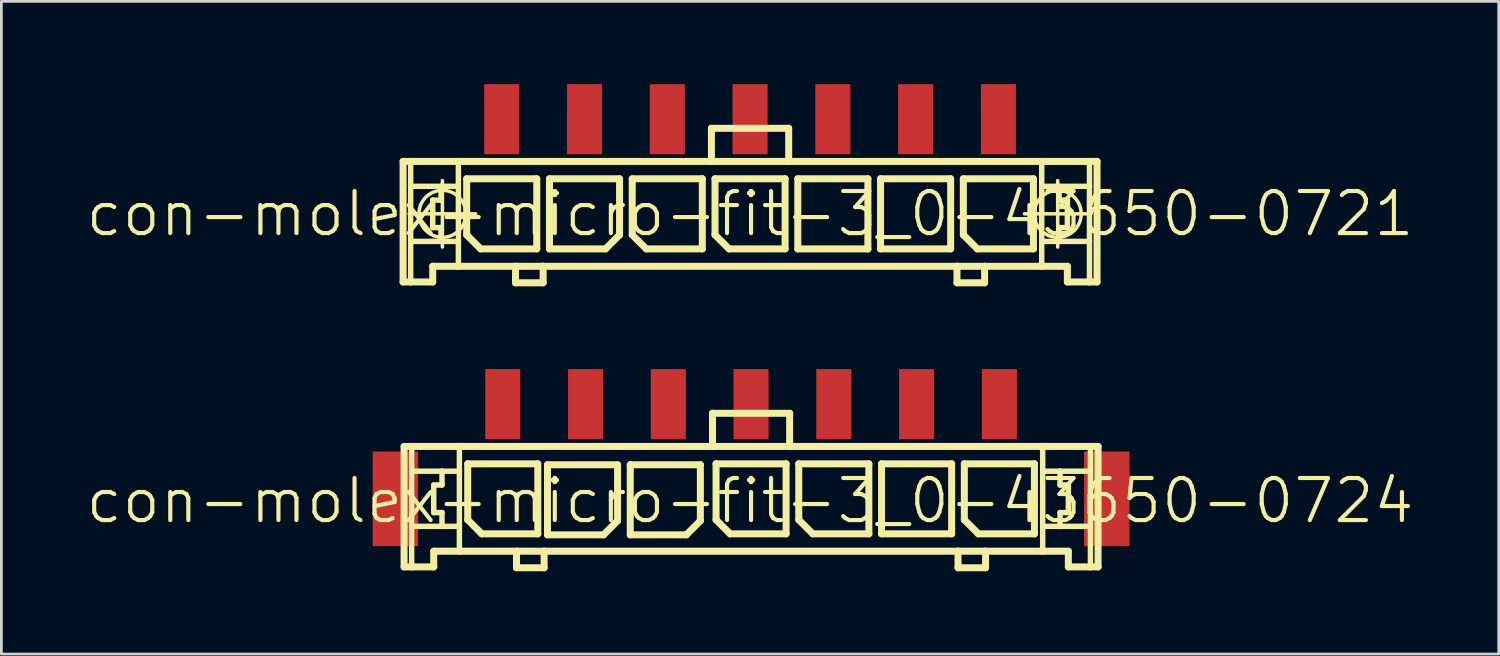
<source format=kicad_pcb>
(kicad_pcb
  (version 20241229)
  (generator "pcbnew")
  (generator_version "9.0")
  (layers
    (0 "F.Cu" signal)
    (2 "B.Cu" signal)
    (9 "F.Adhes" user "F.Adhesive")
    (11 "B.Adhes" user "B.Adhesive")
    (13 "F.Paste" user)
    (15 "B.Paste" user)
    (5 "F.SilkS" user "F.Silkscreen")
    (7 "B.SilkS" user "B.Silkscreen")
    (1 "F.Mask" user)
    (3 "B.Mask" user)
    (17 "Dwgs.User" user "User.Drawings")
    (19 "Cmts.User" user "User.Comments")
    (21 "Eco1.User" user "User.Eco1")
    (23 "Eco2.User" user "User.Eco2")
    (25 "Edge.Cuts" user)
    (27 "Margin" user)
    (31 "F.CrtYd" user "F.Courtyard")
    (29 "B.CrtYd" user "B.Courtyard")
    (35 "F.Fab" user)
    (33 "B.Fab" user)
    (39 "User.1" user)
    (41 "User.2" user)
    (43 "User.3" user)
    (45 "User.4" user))
  (footprint "con-molex-micro-fit-3_0-43650-0724"
    (layer "F.Cu")
    (at 24.13 15.098)
    (property "Reference" "con-molex-micro-fit-3_0-43650-0724" (at 0 0 0) (layer "F.SilkS") (effects (font (size 1.524 1.524) (thickness 0.15))))
    (attr smd)
    (fp_line (start -12.537 -1.971) (end -12.263 -1.971) (stroke (width 0.254) (type solid)) (layer "F.SilkS"))
    (fp_line (start -12.537 2.395) (end -12.537 -1.971) (stroke (width 0.254) (type solid)) (layer "F.SilkS"))
    (fp_line (start -12.263 -1.971) (end -10.533 -1.971) (stroke (width 0.254) (type solid)) (layer "F.SilkS"))
    (fp_line (start -12.263 -1.072) (end -12.263 -1.971) (stroke (width 0.198) (type solid)) (layer "F.SilkS"))
    (fp_line (start -12.263 0.925) (end -12.263 -1.072) (stroke (width 0.198) (type solid)) (layer "F.SilkS"))
    (fp_line (start -12.263 2.395) (end -12.537 2.395) (stroke (width 0.254) (type solid)) (layer "F.SilkS"))
    (fp_line (start -12.263 2.395) (end -12.263 0.925) (stroke (width 0.198) (type solid)) (layer "F.SilkS"))
    (fp_line (start -11.463 -0.572) (end -11.463 0.427) (stroke (width 0.198) (type solid)) (layer "F.SilkS"))
    (fp_line (start -11.463 0.427) (end -11.163 0.427) (stroke (width 0.198) (type solid)) (layer "F.SilkS"))
    (fp_line (start -11.463 1.826) (end -11.463 2.395) (stroke (width 0.254) (type solid)) (layer "F.SilkS"))
    (fp_line (start -11.463 2.395) (end -12.263 2.395) (stroke (width 0.254) (type solid)) (layer "F.SilkS"))
    (fp_line (start -11.163 -1.072) (end -12.263 -1.072) (stroke (width 0.198) (type solid)) (layer "F.SilkS"))
    (fp_line (start -11.163 -1.072) (end -11.163 -0.572) (stroke (width 0.198) (type solid)) (layer "F.SilkS"))
    (fp_line (start -11.163 -0.572) (end -11.463 -0.572) (stroke (width 0.198) (type solid)) (layer "F.SilkS"))
    (fp_line (start -11.163 0.427) (end -11.163 0.925) (stroke (width 0.198) (type solid)) (layer "F.SilkS"))
    (fp_line (start -11.163 0.925) (end -12.263 0.925) (stroke (width 0.198) (type solid)) (layer "F.SilkS"))
    (fp_line (start -10.533 -1.971) (end -1.361 -1.971) (stroke (width 0.254) (type solid)) (layer "F.SilkS"))
    (fp_line (start -10.533 -1.072) (end -11.163 -1.072) (stroke (width 0.198) (type solid)) (layer "F.SilkS"))
    (fp_line (start -10.533 -1.072) (end -10.533 -1.971) (stroke (width 0.198) (type solid)) (layer "F.SilkS"))
    (fp_line (start -10.533 0.925) (end -11.163 0.925) (stroke (width 0.198) (type solid)) (layer "F.SilkS"))
    (fp_line (start -10.533 0.925) (end -10.533 -1.072) (stroke (width 0.198) (type solid)) (layer "F.SilkS"))
    (fp_line (start -10.533 1.826) (end -11.463 1.826) (stroke (width 0.254) (type solid)) (layer "F.SilkS"))
    (fp_line (start -10.533 1.826) (end -10.533 0.925) (stroke (width 0.198) (type solid)) (layer "F.SilkS"))
    (fp_line (start -10.231 -1.341) (end -7.691 -1.341) (stroke (width 0.254) (type solid)) (layer "F.SilkS"))
    (fp_line (start -10.231 0.688) (end -10.231 -1.341) (stroke (width 0.254) (type solid)) (layer "F.SilkS"))
    (fp_line (start -9.723 1.196) (end -10.231 0.688) (stroke (width 0.254) (type solid)) (layer "F.SilkS"))
    (fp_line (start -8.463 1.826) (end -10.533 1.826) (stroke (width 0.254) (type solid)) (layer "F.SilkS"))
    (fp_line (start -8.463 1.826) (end -8.463 2.426) (stroke (width 0.254) (type solid)) (layer "F.SilkS"))
    (fp_line (start -8.463 2.426) (end -7.463 2.426) (stroke (width 0.254) (type solid)) (layer "F.SilkS"))
    (fp_line (start -7.691 -1.341) (end -7.691 1.196) (stroke (width 0.254) (type solid)) (layer "F.SilkS"))
    (fp_line (start -7.691 1.196) (end -9.723 1.196) (stroke (width 0.254) (type solid)) (layer "F.SilkS"))
    (fp_line (start -7.463 1.826) (end -8.463 1.826) (stroke (width 0.254) (type solid)) (layer "F.SilkS"))
    (fp_line (start -7.463 2.426) (end -7.463 1.826) (stroke (width 0.254) (type solid)) (layer "F.SilkS"))
    (fp_line (start -7.341 -1.306) (end -4.801 -1.306) (stroke (width 0.254) (type solid)) (layer "F.SilkS"))
    (fp_line (start -7.341 1.232) (end -7.341 -1.306) (stroke (width 0.254) (type solid)) (layer "F.SilkS"))
    (fp_line (start -5.309 1.232) (end -7.341 1.232) (stroke (width 0.254) (type solid)) (layer "F.SilkS"))
    (fp_line (start -4.801 -1.306) (end -4.801 0.724) (stroke (width 0.254) (type solid)) (layer "F.SilkS"))
    (fp_line (start -4.801 0.724) (end -5.309 1.232) (stroke (width 0.254) (type solid)) (layer "F.SilkS"))
    (fp_line (start -4.341 -1.306) (end -1.801 -1.306) (stroke (width 0.254) (type solid)) (layer "F.SilkS"))
    (fp_line (start -4.341 1.232) (end -4.341 -1.306) (stroke (width 0.254) (type solid)) (layer "F.SilkS"))
    (fp_line (start -2.309 1.232) (end -4.341 1.232) (stroke (width 0.254) (type solid)) (layer "F.SilkS"))
    (fp_line (start -1.801 -1.306) (end -1.801 0.724) (stroke (width 0.254) (type solid)) (layer "F.SilkS"))
    (fp_line (start -1.801 0.724) (end -2.309 1.232) (stroke (width 0.254) (type solid)) (layer "F.SilkS"))
    (fp_line (start -1.361 -3.172) (end -1.361 -1.971) (stroke (width 0.254) (type solid)) (layer "F.SilkS"))
    (fp_line (start -1.361 -3.172) (end 1.435 -3.172) (stroke (width 0.254) (type solid)) (layer "F.SilkS"))
    (fp_line (start -1.361 -1.971) (end 1.435 -1.971) (stroke (width 0.254) (type solid)) (layer "F.SilkS"))
    (fp_line (start -1.232 -1.341) (end 1.306 -1.341) (stroke (width 0.254) (type solid)) (layer "F.SilkS"))
    (fp_line (start -1.232 0.688) (end -1.232 -1.341) (stroke (width 0.254) (type solid)) (layer "F.SilkS"))
    (fp_line (start -0.724 1.196) (end -1.232 0.688) (stroke (width 0.254) (type solid)) (layer "F.SilkS"))
    (fp_line (start 1.306 -1.341) (end 1.306 1.196) (stroke (width 0.254) (type solid)) (layer "F.SilkS"))
    (fp_line (start 1.306 1.196) (end -0.724 1.196) (stroke (width 0.254) (type solid)) (layer "F.SilkS"))
    (fp_line (start 1.435 -3.172) (end 1.435 -1.971) (stroke (width 0.254) (type solid)) (layer "F.SilkS"))
    (fp_line (start 1.435 -1.971) (end 10.604 -1.971) (stroke (width 0.254) (type solid)) (layer "F.SilkS"))
    (fp_line (start 1.765 -1.341) (end 4.305 -1.341) (stroke (width 0.254) (type solid)) (layer "F.SilkS"))
    (fp_line (start 1.765 0.688) (end 1.765 -1.341) (stroke (width 0.254) (type solid)) (layer "F.SilkS"))
    (fp_line (start 2.273 1.196) (end 1.765 0.688) (stroke (width 0.254) (type solid)) (layer "F.SilkS"))
    (fp_line (start 4.305 -1.341) (end 4.305 1.196) (stroke (width 0.254) (type solid)) (layer "F.SilkS"))
    (fp_line (start 4.305 1.196) (end 2.273 1.196) (stroke (width 0.254) (type solid)) (layer "F.SilkS"))
    (fp_line (start 4.765 -1.341) (end 7.305 -1.341) (stroke (width 0.254) (type solid)) (layer "F.SilkS"))
    (fp_line (start 4.765 1.196) (end 4.765 -1.341) (stroke (width 0.254) (type solid)) (layer "F.SilkS"))
    (fp_line (start 7.305 -1.341) (end 7.305 1.196) (stroke (width 0.254) (type solid)) (layer "F.SilkS"))
    (fp_line (start 7.305 1.196) (end 4.765 1.196) (stroke (width 0.254) (type solid)) (layer "F.SilkS"))
    (fp_line (start 7.536 1.826) (end -7.463 1.826) (stroke (width 0.254) (type solid)) (layer "F.SilkS"))
    (fp_line (start 7.536 1.826) (end 7.536 2.426) (stroke (width 0.254) (type solid)) (layer "F.SilkS"))
    (fp_line (start 7.536 2.426) (end 8.534 2.426) (stroke (width 0.254) (type solid)) (layer "F.SilkS"))
    (fp_line (start 7.765 -1.341) (end 10.305 -1.341) (stroke (width 0.254) (type solid)) (layer "F.SilkS"))
    (fp_line (start 7.765 0.688) (end 7.765 -1.341) (stroke (width 0.254) (type solid)) (layer "F.SilkS"))
    (fp_line (start 8.273 1.196) (end 7.765 0.688) (stroke (width 0.254) (type solid)) (layer "F.SilkS"))
    (fp_line (start 8.534 1.826) (end 7.536 1.826) (stroke (width 0.254) (type solid)) (layer "F.SilkS"))
    (fp_line (start 8.534 2.426) (end 8.534 1.826) (stroke (width 0.254) (type solid)) (layer "F.SilkS"))
    (fp_line (start 10.305 -1.341) (end 10.305 1.196) (stroke (width 0.254) (type solid)) (layer "F.SilkS"))
    (fp_line (start 10.305 1.196) (end 8.273 1.196) (stroke (width 0.254) (type solid)) (layer "F.SilkS"))
    (fp_line (start 10.604 -1.971) (end 10.604 -1.072) (stroke (width 0.198) (type solid)) (layer "F.SilkS"))
    (fp_line (start 10.604 -1.971) (end 12.334 -1.971) (stroke (width 0.254) (type solid)) (layer "F.SilkS"))
    (fp_line (start 10.604 -1.072) (end 10.604 0.925) (stroke (width 0.198) (type solid)) (layer "F.SilkS"))
    (fp_line (start 10.604 -1.072) (end 11.234 -1.072) (stroke (width 0.198) (type solid)) (layer "F.SilkS"))
    (fp_line (start 10.604 0.925) (end 10.604 1.826) (stroke (width 0.198) (type solid)) (layer "F.SilkS"))
    (fp_line (start 10.604 0.925) (end 11.234 0.925) (stroke (width 0.198) (type solid)) (layer "F.SilkS"))
    (fp_line (start 10.604 1.826) (end 8.534 1.826) (stroke (width 0.254) (type solid)) (layer "F.SilkS"))
    (fp_line (start 11.234 -1.072) (end 11.234 -0.572) (stroke (width 0.198) (type solid)) (layer "F.SilkS"))
    (fp_line (start 11.234 -1.072) (end 12.334 -1.072) (stroke (width 0.198) (type solid)) (layer "F.SilkS"))
    (fp_line (start 11.234 -0.572) (end 11.534 -0.572) (stroke (width 0.198) (type solid)) (layer "F.SilkS"))
    (fp_line (start 11.234 0.427) (end 11.234 0.925) (stroke (width 0.198) (type solid)) (layer "F.SilkS"))
    (fp_line (start 11.234 0.925) (end 12.334 0.925) (stroke (width 0.198) (type solid)) (layer "F.SilkS"))
    (fp_line (start 11.534 -0.572) (end 11.534 0.427) (stroke (width 0.198) (type solid)) (layer "F.SilkS"))
    (fp_line (start 11.534 0.427) (end 11.234 0.427) (stroke (width 0.198) (type solid)) (layer "F.SilkS"))
    (fp_line (start 11.534 1.826) (end 10.604 1.826) (stroke (width 0.254) (type solid)) (layer "F.SilkS"))
    (fp_line (start 11.534 2.395) (end 11.534 1.826) (stroke (width 0.254) (type solid)) (layer "F.SilkS"))
    (fp_line (start 11.534 2.395) (end 12.334 2.395) (stroke (width 0.254) (type solid)) (layer "F.SilkS"))
    (fp_line (start 12.334 -1.971) (end 12.611 -1.971) (stroke (width 0.254) (type solid)) (layer "F.SilkS"))
    (fp_line (start 12.334 -1.072) (end 12.334 -1.971) (stroke (width 0.198) (type solid)) (layer "F.SilkS"))
    (fp_line (start 12.334 0.925) (end 12.334 -1.072) (stroke (width 0.198) (type solid)) (layer "F.SilkS"))
    (fp_line (start 12.334 2.395) (end 12.334 0.925) (stroke (width 0.198) (type solid)) (layer "F.SilkS"))
    (fp_line (start 12.334 2.395) (end 12.611 2.395) (stroke (width 0.254) (type solid)) (layer "F.SilkS"))
    (fp_line (start 12.611 -1.971) (end 12.611 2.395) (stroke (width 0.254) (type solid)) (layer "F.SilkS"))
    (pad "P$1" smd rect (at 9.035 -3.503) (size 1.27 2.54) (layers "F.Cu" "F.Mask" "F.Paste"))
    (pad "P$2" smd rect (at 6.035 -3.503) (size 1.27 2.54) (layers "F.Cu" "F.Mask" "F.Paste"))
    (pad "P$3" smd rect (at 3.035 -3.503) (size 1.27 2.54) (layers "F.Cu" "F.Mask" "F.Paste"))
    (pad "P$4" smd rect (at 0.036 -3.503) (size 1.27 2.54) (layers "F.Cu" "F.Mask" "F.Paste"))
    (pad "P$5" smd rect (at -2.962 -3.503) (size 1.27 2.54) (layers "F.Cu" "F.Mask" "F.Paste"))
    (pad "P$6" smd rect (at -5.961 -3.503) (size 1.27 2.54) (layers "F.Cu" "F.Mask" "F.Paste"))
    (pad "P$7" smd rect (at -8.961 -3.503) (size 1.27 2.54) (layers "F.Cu" "F.Mask" "F.Paste"))
    (pad "TAB1" smd rect (at 12.926 -0.071) (size 1.648 3.429) (layers "F.Cu" "F.Mask" "F.Paste"))
    (pad "TAB2" smd rect (at -12.852 -0.071) (size 1.648 3.429) (layers "F.Cu" "F.Mask" "F.Paste")))
  (footprint "con-molex-micro-fit-3_0-43650-0721"
    (layer "F.Cu")
    (at 24.13 4.699)
    (property "Reference" "con-molex-micro-fit-3_0-43650-0721" (at 0 0 0) (layer "F.SilkS") (effects (font (size 1.524 1.524) (thickness 0.15))))
    (attr smd)
    (fp_line (start -12.573 -1.9) (end -12.299 -1.9) (stroke (width 0.254) (type solid)) (layer "F.SilkS"))
    (fp_line (start -12.573 2.469) (end -12.573 -1.9) (stroke (width 0.254) (type solid)) (layer "F.SilkS"))
    (fp_line (start -12.355 0) (end -9.944 0) (stroke (width 0.127) (type solid)) (layer "F.SilkS"))
    (fp_line (start -12.299 -1.9) (end -10.569 -1.9) (stroke (width 0.254) (type solid)) (layer "F.SilkS"))
    (fp_line (start -12.299 -0.998) (end -12.299 -1.9) (stroke (width 0.198) (type solid)) (layer "F.SilkS"))
    (fp_line (start -12.299 0.998) (end -12.299 -0.998) (stroke (width 0.198) (type solid)) (layer "F.SilkS"))
    (fp_line (start -12.299 2.469) (end -12.573 2.469) (stroke (width 0.254) (type solid)) (layer "F.SilkS"))
    (fp_line (start -12.299 2.469) (end -12.299 0.998) (stroke (width 0.198) (type solid)) (layer "F.SilkS"))
    (fp_line (start -11.499 -0.498) (end -11.499 0.498) (stroke (width 0.198) (type solid)) (layer "F.SilkS"))
    (fp_line (start -11.499 0.498) (end -11.199 0.498) (stroke (width 0.198) (type solid)) (layer "F.SilkS"))
    (fp_line (start -11.499 1.9) (end -11.499 2.469) (stroke (width 0.254) (type solid)) (layer "F.SilkS"))
    (fp_line (start -11.499 2.469) (end -12.299 2.469) (stroke (width 0.254) (type solid)) (layer "F.SilkS"))
    (fp_line (start -11.199 -0.998) (end -12.299 -0.998) (stroke (width 0.198) (type solid)) (layer "F.SilkS"))
    (fp_line (start -11.199 -0.998) (end -11.199 -0.498) (stroke (width 0.198) (type solid)) (layer "F.SilkS"))
    (fp_line (start -11.199 -0.498) (end -11.499 -0.498) (stroke (width 0.198) (type solid)) (layer "F.SilkS"))
    (fp_line (start -11.199 0.498) (end -11.199 0.998) (stroke (width 0.198) (type solid)) (layer "F.SilkS"))
    (fp_line (start -11.199 0.998) (end -12.299 0.998) (stroke (width 0.198) (type solid)) (layer "F.SilkS"))
    (fp_line (start -11.148 1.204) (end -11.148 -1.204) (stroke (width 0.127) (type solid)) (layer "F.SilkS"))
    (fp_line (start -10.569 -1.9) (end -1.4 -1.9) (stroke (width 0.254) (type solid)) (layer "F.SilkS"))
    (fp_line (start -10.569 -0.998) (end -11.199 -0.998) (stroke (width 0.198) (type solid)) (layer "F.SilkS"))
    (fp_line (start -10.569 -0.998) (end -10.569 -1.9) (stroke (width 0.198) (type solid)) (layer "F.SilkS"))
    (fp_line (start -10.569 0.998) (end -11.199 0.998) (stroke (width 0.198) (type solid)) (layer "F.SilkS"))
    (fp_line (start -10.569 0.998) (end -10.569 -0.998) (stroke (width 0.198) (type solid)) (layer "F.SilkS"))
    (fp_line (start -10.569 1.9) (end -11.499 1.9) (stroke (width 0.254) (type solid)) (layer "F.SilkS"))
    (fp_line (start -10.569 1.9) (end -10.569 0.998) (stroke (width 0.198) (type solid)) (layer "F.SilkS"))
    (fp_line (start -10.269 -1.27) (end -7.729 -1.27) (stroke (width 0.254) (type solid)) (layer "F.SilkS"))
    (fp_line (start -10.269 0.762) (end -10.269 -1.27) (stroke (width 0.254) (type solid)) (layer "F.SilkS"))
    (fp_line (start -9.761 1.27) (end -10.269 0.762) (stroke (width 0.254) (type solid)) (layer "F.SilkS"))
    (fp_line (start -8.499 1.9) (end -10.569 1.9) (stroke (width 0.254) (type solid)) (layer "F.SilkS"))
    (fp_line (start -8.499 1.9) (end -8.499 2.499) (stroke (width 0.254) (type solid)) (layer "F.SilkS"))
    (fp_line (start -8.499 2.499) (end -7.498 2.499) (stroke (width 0.254) (type solid)) (layer "F.SilkS"))
    (fp_line (start -7.729 -1.27) (end -7.729 1.27) (stroke (width 0.254) (type solid)) (layer "F.SilkS"))
    (fp_line (start -7.729 1.27) (end -9.761 1.27) (stroke (width 0.254) (type solid)) (layer "F.SilkS"))
    (fp_line (start -7.498 1.9) (end -8.499 1.9) (stroke (width 0.254) (type solid)) (layer "F.SilkS"))
    (fp_line (start -7.498 2.499) (end -7.498 1.9) (stroke (width 0.254) (type solid)) (layer "F.SilkS"))
    (fp_line (start -7.269 -1.27) (end -4.729 -1.27) (stroke (width 0.254) (type solid)) (layer "F.SilkS"))
    (fp_line (start -7.269 1.27) (end -7.269 -1.27) (stroke (width 0.254) (type solid)) (layer "F.SilkS"))
    (fp_line (start -5.237 1.27) (end -7.269 1.27) (stroke (width 0.254) (type solid)) (layer "F.SilkS"))
    (fp_line (start -4.729 -1.27) (end -4.729 0.762) (stroke (width 0.254) (type solid)) (layer "F.SilkS"))
    (fp_line (start -4.729 0.762) (end -5.237 1.27) (stroke (width 0.254) (type solid)) (layer "F.SilkS"))
    (fp_line (start -4.27 -1.27) (end -1.73 -1.27) (stroke (width 0.254) (type solid)) (layer "F.SilkS"))
    (fp_line (start -4.27 0.762) (end -4.27 -1.27) (stroke (width 0.254) (type solid)) (layer "F.SilkS"))
    (fp_line (start -3.762 1.27) (end -4.27 0.762) (stroke (width 0.254) (type solid)) (layer "F.SilkS"))
    (fp_line (start -1.73 -1.27) (end -1.73 1.27) (stroke (width 0.254) (type solid)) (layer "F.SilkS"))
    (fp_line (start -1.73 1.27) (end -3.762 1.27) (stroke (width 0.254) (type solid)) (layer "F.SilkS"))
    (fp_line (start -1.4 -3.099) (end -1.4 -1.9) (stroke (width 0.254) (type solid)) (layer "F.SilkS"))
    (fp_line (start -1.4 -3.099) (end 1.4 -3.099) (stroke (width 0.254) (type solid)) (layer "F.SilkS"))
    (fp_line (start -1.4 -1.9) (end 1.4 -1.9) (stroke (width 0.254) (type solid)) (layer "F.SilkS"))
    (fp_line (start -1.27 -1.27) (end 1.27 -1.27) (stroke (width 0.254) (type solid)) (layer "F.SilkS"))
    (fp_line (start -1.27 0.762) (end -1.27 -1.27) (stroke (width 0.254) (type solid)) (layer "F.SilkS"))
    (fp_line (start -0.762 1.27) (end -1.27 0.762) (stroke (width 0.254) (type solid)) (layer "F.SilkS"))
    (fp_line (start 1.27 -1.27) (end 1.27 1.27) (stroke (width 0.254) (type solid)) (layer "F.SilkS"))
    (fp_line (start 1.27 1.27) (end -0.762 1.27) (stroke (width 0.254) (type solid)) (layer "F.SilkS"))
    (fp_line (start 1.4 -3.099) (end 1.4 -1.9) (stroke (width 0.254) (type solid)) (layer "F.SilkS"))
    (fp_line (start 1.4 -1.9) (end 10.569 -1.9) (stroke (width 0.254) (type solid)) (layer "F.SilkS"))
    (fp_line (start 1.73 -1.27) (end 4.27 -1.27) (stroke (width 0.254) (type solid)) (layer "F.SilkS"))
    (fp_line (start 1.73 1.27) (end 1.73 -1.27) (stroke (width 0.254) (type solid)) (layer "F.SilkS"))
    (fp_line (start 4.27 -1.27) (end 4.27 1.27) (stroke (width 0.254) (type solid)) (layer "F.SilkS"))
    (fp_line (start 4.27 1.27) (end 1.73 1.27) (stroke (width 0.254) (type solid)) (layer "F.SilkS"))
    (fp_line (start 4.729 -1.27) (end 7.269 -1.27) (stroke (width 0.254) (type solid)) (layer "F.SilkS"))
    (fp_line (start 4.729 1.27) (end 4.729 -1.27) (stroke (width 0.254) (type solid)) (layer "F.SilkS"))
    (fp_line (start 7.269 -1.27) (end 7.269 1.27) (stroke (width 0.254) (type solid)) (layer "F.SilkS"))
    (fp_line (start 7.269 1.27) (end 4.729 1.27) (stroke (width 0.254) (type solid)) (layer "F.SilkS"))
    (fp_line (start 7.498 1.9) (end -7.498 1.9) (stroke (width 0.254) (type solid)) (layer "F.SilkS"))
    (fp_line (start 7.498 1.9) (end 7.498 2.499) (stroke (width 0.254) (type solid)) (layer "F.SilkS"))
    (fp_line (start 7.498 2.499) (end 8.499 2.499) (stroke (width 0.254) (type solid)) (layer "F.SilkS"))
    (fp_line (start 7.729 -1.27) (end 10.269 -1.27) (stroke (width 0.254) (type solid)) (layer "F.SilkS"))
    (fp_line (start 7.729 0.762) (end 7.729 -1.27) (stroke (width 0.254) (type solid)) (layer "F.SilkS"))
    (fp_line (start 8.237 1.27) (end 7.729 0.762) (stroke (width 0.254) (type solid)) (layer "F.SilkS"))
    (fp_line (start 8.499 1.9) (end 7.498 1.9) (stroke (width 0.254) (type solid)) (layer "F.SilkS"))
    (fp_line (start 8.499 2.499) (end 8.499 1.9) (stroke (width 0.254) (type solid)) (layer "F.SilkS"))
    (fp_line (start 9.944 0) (end 12.355 0) (stroke (width 0.127) (type solid)) (layer "F.SilkS"))
    (fp_line (start 10.269 -1.27) (end 10.269 1.27) (stroke (width 0.254) (type solid)) (layer "F.SilkS"))
    (fp_line (start 10.269 1.27) (end 8.237 1.27) (stroke (width 0.254) (type solid)) (layer "F.SilkS"))
    (fp_line (start 10.569 -1.9) (end 10.569 -0.998) (stroke (width 0.198) (type solid)) (layer "F.SilkS"))
    (fp_line (start 10.569 -1.9) (end 12.299 -1.9) (stroke (width 0.254) (type solid)) (layer "F.SilkS"))
    (fp_line (start 10.569 -0.998) (end 10.569 0.998) (stroke (width 0.198) (type solid)) (layer "F.SilkS"))
    (fp_line (start 10.569 -0.998) (end 11.199 -0.998) (stroke (width 0.198) (type solid)) (layer "F.SilkS"))
    (fp_line (start 10.569 0.998) (end 10.569 1.9) (stroke (width 0.198) (type solid)) (layer "F.SilkS"))
    (fp_line (start 10.569 0.998) (end 11.199 0.998) (stroke (width 0.198) (type solid)) (layer "F.SilkS"))
    (fp_line (start 10.569 1.9) (end 8.499 1.9) (stroke (width 0.254) (type solid)) (layer "F.SilkS"))
    (fp_line (start 11.148 1.204) (end 11.148 -1.204) (stroke (width 0.127) (type solid)) (layer "F.SilkS"))
    (fp_line (start 11.199 -0.998) (end 11.199 -0.498) (stroke (width 0.198) (type solid)) (layer "F.SilkS"))
    (fp_line (start 11.199 -0.998) (end 12.299 -0.998) (stroke (width 0.198) (type solid)) (layer "F.SilkS"))
    (fp_line (start 11.199 -0.498) (end 11.499 -0.498) (stroke (width 0.198) (type solid)) (layer "F.SilkS"))
    (fp_line (start 11.199 0.498) (end 11.199 0.998) (stroke (width 0.198) (type solid)) (layer "F.SilkS"))
    (fp_line (start 11.199 0.998) (end 12.299 0.998) (stroke (width 0.198) (type solid)) (layer "F.SilkS"))
    (fp_line (start 11.499 -0.498) (end 11.499 0.498) (stroke (width 0.198) (type solid)) (layer "F.SilkS"))
    (fp_line (start 11.499 0.498) (end 11.199 0.498) (stroke (width 0.198) (type solid)) (layer "F.SilkS"))
    (fp_line (start 11.499 1.9) (end 10.569 1.9) (stroke (width 0.254) (type solid)) (layer "F.SilkS"))
    (fp_line (start 11.499 2.469) (end 11.499 1.9) (stroke (width 0.254) (type solid)) (layer "F.SilkS"))
    (fp_line (start 11.499 2.469) (end 12.299 2.469) (stroke (width 0.254) (type solid)) (layer "F.SilkS"))
    (fp_line (start 12.299 -1.9) (end 12.573 -1.9) (stroke (width 0.254) (type solid)) (layer "F.SilkS"))
    (fp_line (start 12.299 -0.998) (end 12.299 -1.9) (stroke (width 0.198) (type solid)) (layer "F.SilkS"))
    (fp_line (start 12.299 0.998) (end 12.299 -0.998) (stroke (width 0.198) (type solid)) (layer "F.SilkS"))
    (fp_line (start 12.299 2.469) (end 12.299 0.998) (stroke (width 0.198) (type solid)) (layer "F.SilkS"))
    (fp_line (start 12.299 2.469) (end 12.573 2.469) (stroke (width 0.254) (type solid)) (layer "F.SilkS"))
    (fp_line (start 12.573 -1.9) (end 12.573 2.469) (stroke (width 0.254) (type solid)) (layer "F.SilkS"))
    (fp_circle (center -11.148 0) (end -11.75 0.602) (stroke (width 0.127) (type solid)) (fill no) (layer "F.SilkS"))
    (fp_circle (center 11.148 0) (end 11.75 0.602) (stroke (width 0.127) (type solid)) (fill no) (layer "F.SilkS"))
    (pad "P$1" smd rect (at 8.999 -3.429) (size 1.27 2.54) (layers "F.Cu" "F.Mask" "F.Paste"))
    (pad "P$2" smd rect (at 5.999 -3.429) (size 1.27 2.54) (layers "F.Cu" "F.Mask" "F.Paste"))
    (pad "P$3" smd rect (at 3 -3.429) (size 1.27 2.54) (layers "F.Cu" "F.Mask" "F.Paste"))
    (pad "P$4" smd rect (at 0 -3.429) (size 1.27 2.54) (layers "F.Cu" "F.Mask" "F.Paste"))
    (pad "P$5" smd rect (at -3 -3.429) (size 1.27 2.54) (layers "F.Cu" "F.Mask" "F.Paste"))
    (pad "P$6" smd rect (at -5.999 -3.429) (size 1.27 2.54) (layers "F.Cu" "F.Mask" "F.Paste"))
    (pad "P$7" smd rect (at -8.999 -3.429) (size 1.27 2.54) (layers "F.Cu" "F.Mask" "F.Paste")))
  (gr_rect
    (start -3 -3)
    (end 51.26 20.651)
    (stroke (width 0.1) (type default))
    (fill no)
    (layer "Edge.Cuts")))
</source>
